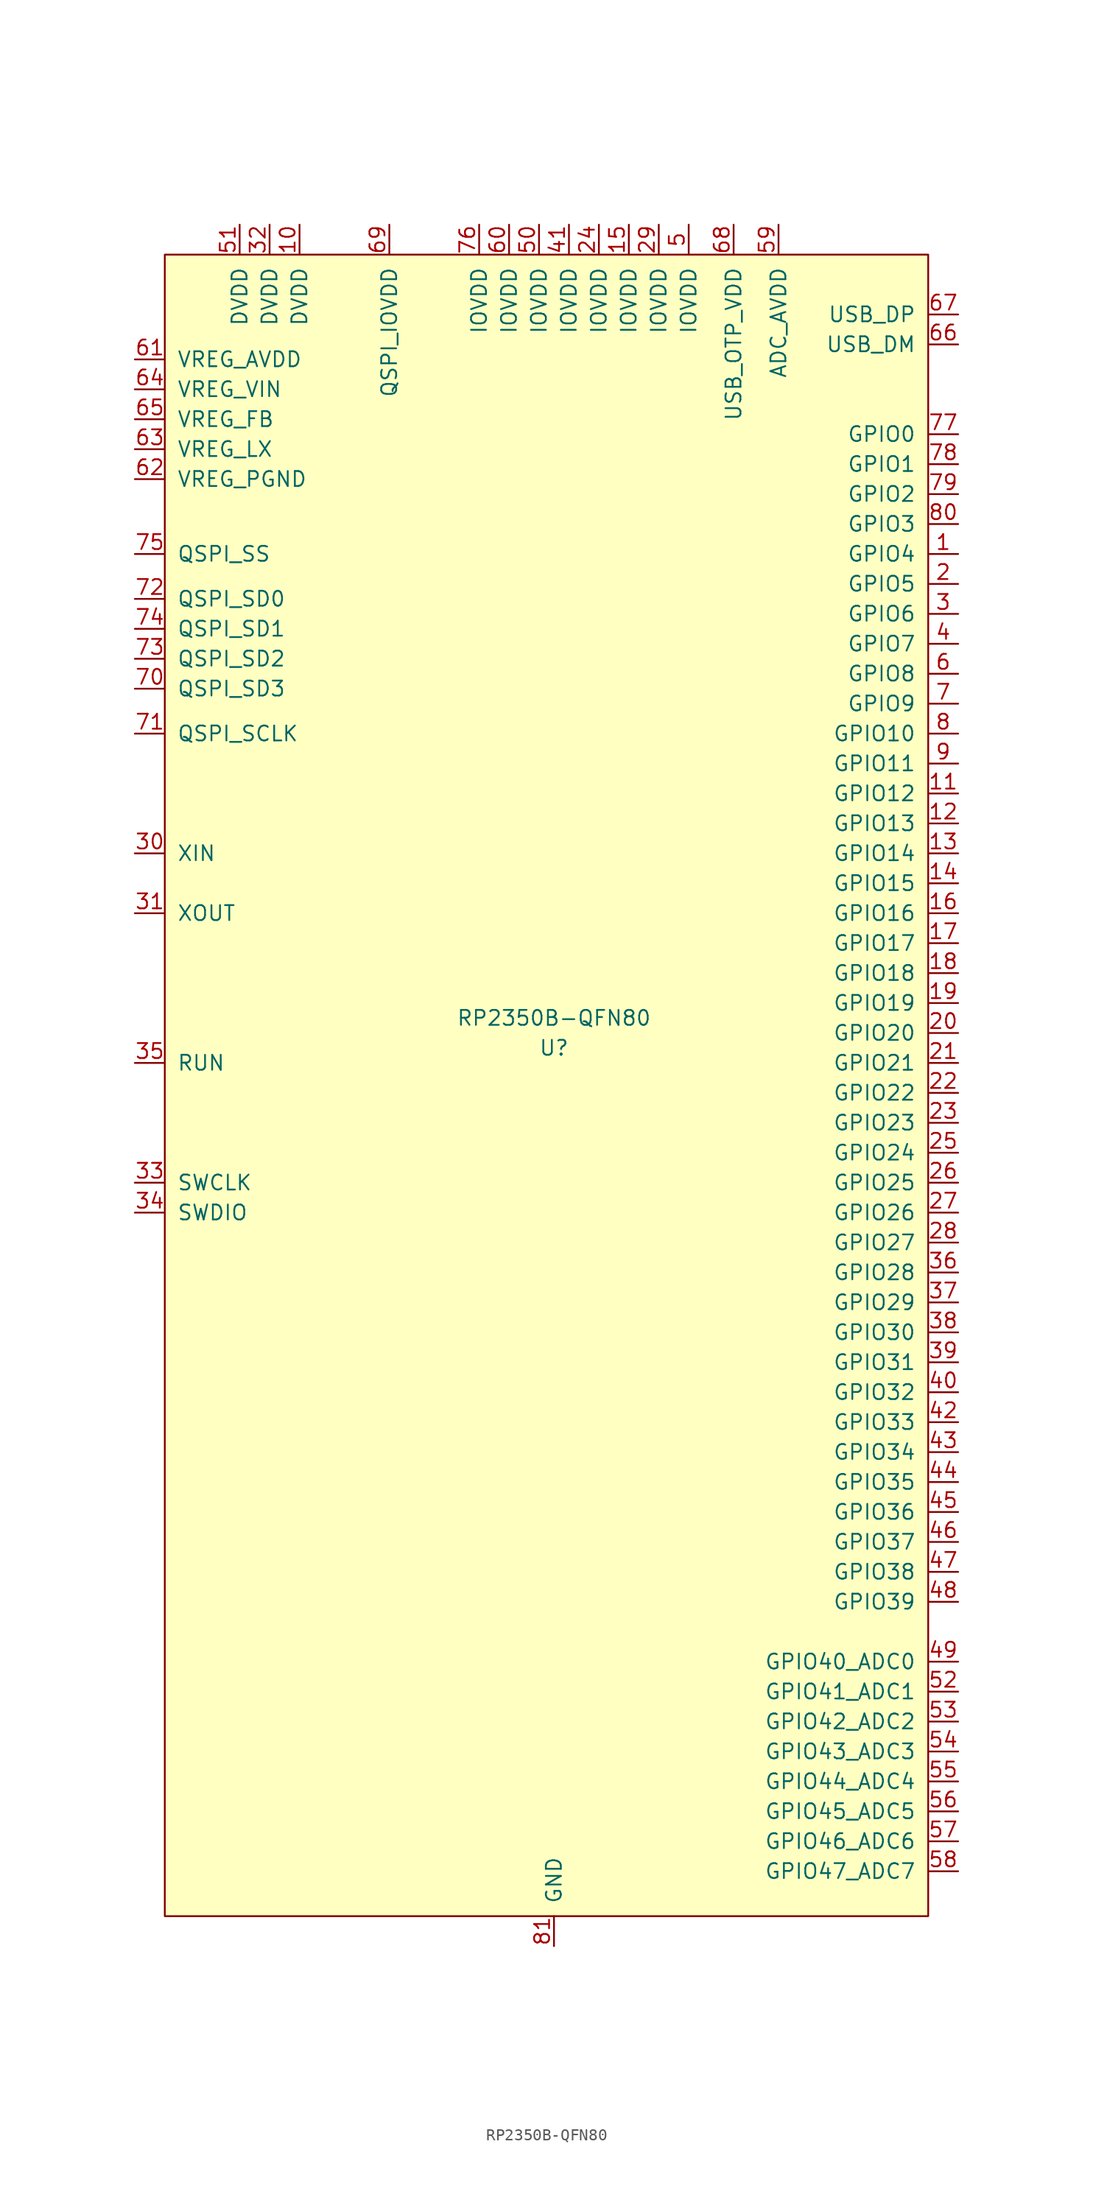
<source format=kicad_sym>
(kicad_symbol_lib
  (version 20241209)
  (generator "kicad_symbol_editor")
  (generator_version "9.0")
  (symbol "RP2350B-QFN80"
    (pin_names
      (offset 1.016))
    (property "Reference" "U"
      (at 0 -1.27 0)
      (effects (font (size 1.27 1.27))))
    (property "Value" "RP2350B-QFN80"
      (at 0 1.27 0)
      (effects (font (size 1.27 1.27))))
    (symbol "RP2350B-QFN80_1_0"
      (pin passive line (at 0 -77.47 90) (length 2.54) (name "GND" (effects (font (size 1.27 1.27)))) (number "81" (effects (font (size 1.27 1.27))))))
    (symbol "RP2350B-QFN80_1_1"
      (rectangle (start -33.02 66.04) (end 31.75 -74.93) (stroke (width 0) (type solid)) (fill (type background)))
      (pin power_in line (at -35.56 57.15 0) (length 2.54) (name "VREG_AVDD" (effects (font (size 1.27 1.27)))) (number "61" (effects (font (size 1.27 1.27)))))
      (pin power_in line (at -35.56 54.61 0) (length 2.54) (name "VREG_VIN" (effects (font (size 1.27 1.27)))) (number "64" (effects (font (size 1.27 1.27)))))
      (pin power_in line (at -35.56 52.07 0) (length 2.54) (name "VREG_FB" (effects (font (size 1.27 1.27)))) (number "65" (effects (font (size 1.27 1.27)))))
      (pin power_out line (at -35.56 49.53 0) (length 2.54) (name "VREG_LX" (effects (font (size 1.27 1.27)))) (number "63" (effects (font (size 1.27 1.27)))))
      (pin passive line (at -35.56 46.99 0) (length 2.54) (name "VREG_PGND" (effects (font (size 1.27 1.27)))) (number "62" (effects (font (size 1.27 1.27)))))
      (pin bidirectional line (at -35.56 40.64 0) (length 2.54) (name "QSPI_SS" (effects (font (size 1.27 1.27)))) (number "75" (effects (font (size 1.27 1.27)))))
      (pin bidirectional line (at -35.56 36.83 0) (length 2.54) (name "QSPI_SD0" (effects (font (size 1.27 1.27)))) (number "72" (effects (font (size 1.27 1.27)))))
      (pin bidirectional line (at -35.56 34.29 0) (length 2.54) (name "QSPI_SD1" (effects (font (size 1.27 1.27)))) (number "74" (effects (font (size 1.27 1.27)))))
      (pin bidirectional line (at -35.56 31.75 0) (length 2.54) (name "QSPI_SD2" (effects (font (size 1.27 1.27)))) (number "73" (effects (font (size 1.27 1.27)))))
      (pin bidirectional line (at -35.56 29.21 0) (length 2.54) (name "QSPI_SD3" (effects (font (size 1.27 1.27)))) (number "70" (effects (font (size 1.27 1.27)))))
      (pin bidirectional line (at -35.56 25.4 0) (length 2.54) (name "QSPI_SCLK" (effects (font (size 1.27 1.27)))) (number "71" (effects (font (size 1.27 1.27)))))
      (pin input line (at -35.56 15.24 0) (length 2.54) (name "XIN" (effects (font (size 1.27 1.27)))) (number "30" (effects (font (size 1.27 1.27)))))
      (pin output line (at -35.56 10.16 0) (length 2.54) (name "XOUT" (effects (font (size 1.27 1.27)))) (number "31" (effects (font (size 1.27 1.27)))))
      (pin input line (at -35.56 -2.54 0) (length 2.54) (name "RUN" (effects (font (size 1.27 1.27)))) (number "35" (effects (font (size 1.27 1.27)))))
      (pin bidirectional line (at -35.56 -12.7 0) (length 2.54) (name "SWCLK" (effects (font (size 1.27 1.27)))) (number "33" (effects (font (size 1.27 1.27)))))
      (pin bidirectional line (at -35.56 -15.24 0) (length 2.54) (name "SWDIO" (effects (font (size 1.27 1.27)))) (number "34" (effects (font (size 1.27 1.27)))))
      (pin power_in line (at -26.67 68.58 270) (length 2.54) (name "DVDD" (effects (font (size 1.27 1.27)))) (number "51" (effects (font (size 1.27 1.27)))))
      (pin power_in line (at -24.13 68.58 270) (length 2.54) (name "DVDD" (effects (font (size 1.27 1.27)))) (number "32" (effects (font (size 1.27 1.27)))))
      (pin power_in line (at -21.59 68.58 270) (length 2.54) (name "DVDD" (effects (font (size 1.27 1.27)))) (number "10" (effects (font (size 1.27 1.27)))))
      (pin bidirectional line (at -13.97 68.58 270) (length 2.54) (name "QSPI_IOVDD" (effects (font (size 1.27 1.27)))) (number "69" (effects (font (size 1.27 1.27)))))
      (pin power_in line (at -6.35 68.58 270) (length 2.54) (name "IOVDD" (effects (font (size 1.27 1.27)))) (number "76" (effects (font (size 1.27 1.27)))))
      (pin power_in line (at -3.81 68.58 270) (length 2.54) (name "IOVDD" (effects (font (size 1.27 1.27)))) (number "60" (effects (font (size 1.27 1.27)))))
      (pin power_in line (at -1.27 68.58 270) (length 2.54) (name "IOVDD" (effects (font (size 1.27 1.27)))) (number "50" (effects (font (size 1.27 1.27)))))
      (pin power_in line (at 1.27 68.58 270) (length 2.54) (name "IOVDD" (effects (font (size 1.27 1.27)))) (number "41" (effects (font (size 1.27 1.27)))))
      (pin power_in line (at 3.81 68.58 270) (length 2.54) (name "IOVDD" (effects (font (size 1.27 1.27)))) (number "24" (effects (font (size 1.27 1.27)))))
      (pin power_in line (at 6.35 68.58 270) (length 2.54) (name "IOVDD" (effects (font (size 1.27 1.27)))) (number "15" (effects (font (size 1.27 1.27)))))
      (pin power_in line (at 8.89 68.58 270) (length 2.54) (name "IOVDD" (effects (font (size 1.27 1.27)))) (number "29" (effects (font (size 1.27 1.27)))))
      (pin power_in line (at 11.43 68.58 270) (length 2.54) (name "IOVDD" (effects (font (size 1.27 1.27)))) (number "5" (effects (font (size 1.27 1.27)))))
      (pin power_in line (at 15.24 68.58 270) (length 2.54) (name "USB_OTP_VDD" (effects (font (size 1.27 1.27)))) (number "68" (effects (font (size 1.27 1.27)))))
      (pin power_in line (at 19.05 68.58 270) (length 2.54) (name "ADC_AVDD" (effects (font (size 1.27 1.27)))) (number "59" (effects (font (size 1.27 1.27)))))
      (pin bidirectional line (at 34.29 60.96 180) (length 2.54) (name "USB_DP" (effects (font (size 1.27 1.27)))) (number "67" (effects (font (size 1.27 1.27)))))
      (pin bidirectional line (at 34.29 58.42 180) (length 2.54) (name "USB_DM" (effects (font (size 1.27 1.27)))) (number "66" (effects (font (size 1.27 1.27)))))
      (pin bidirectional line (at 34.29 50.8 180) (length 2.54) (name "GPIO0" (effects (font (size 1.27 1.27)))) (number "77" (effects (font (size 1.27 1.27)))))
      (pin bidirectional line (at 34.29 48.26 180) (length 2.54) (name "GPIO1" (effects (font (size 1.27 1.27)))) (number "78" (effects (font (size 1.27 1.27)))))
      (pin bidirectional line (at 34.29 45.72 180) (length 2.54) (name "GPIO2" (effects (font (size 1.27 1.27)))) (number "79" (effects (font (size 1.27 1.27)))))
      (pin bidirectional line (at 34.29 43.18 180) (length 2.54) (name "GPIO3" (effects (font (size 1.27 1.27)))) (number "80" (effects (font (size 1.27 1.27)))))
      (pin bidirectional line (at 34.29 40.64 180) (length 2.54) (name "GPIO4" (effects (font (size 1.27 1.27)))) (number "1" (effects (font (size 1.27 1.27)))))
      (pin bidirectional line (at 34.29 38.1 180) (length 2.54) (name "GPIO5" (effects (font (size 1.27 1.27)))) (number "2" (effects (font (size 1.27 1.27)))))
      (pin bidirectional line (at 34.29 35.56 180) (length 2.54) (name "GPIO6" (effects (font (size 1.27 1.27)))) (number "3" (effects (font (size 1.27 1.27)))))
      (pin bidirectional line (at 34.29 33.02 180) (length 2.54) (name "GPIO7" (effects (font (size 1.27 1.27)))) (number "4" (effects (font (size 1.27 1.27)))))
      (pin bidirectional line (at 34.29 30.48 180) (length 2.54) (name "GPIO8" (effects (font (size 1.27 1.27)))) (number "6" (effects (font (size 1.27 1.27)))))
      (pin bidirectional line (at 34.29 27.94 180) (length 2.54) (name "GPIO9" (effects (font (size 1.27 1.27)))) (number "7" (effects (font (size 1.27 1.27)))))
      (pin bidirectional line (at 34.29 25.4 180) (length 2.54) (name "GPIO10" (effects (font (size 1.27 1.27)))) (number "8" (effects (font (size 1.27 1.27)))))
      (pin bidirectional line (at 34.29 22.86 180) (length 2.54) (name "GPIO11" (effects (font (size 1.27 1.27)))) (number "9" (effects (font (size 1.27 1.27)))))
      (pin bidirectional line (at 34.29 20.32 180) (length 2.54) (name "GPIO12" (effects (font (size 1.27 1.27)))) (number "11" (effects (font (size 1.27 1.27)))))
      (pin bidirectional line (at 34.29 17.78 180) (length 2.54) (name "GPIO13" (effects (font (size 1.27 1.27)))) (number "12" (effects (font (size 1.27 1.27)))))
      (pin bidirectional line (at 34.29 15.24 180) (length 2.54) (name "GPIO14" (effects (font (size 1.27 1.27)))) (number "13" (effects (font (size 1.27 1.27)))))
      (pin bidirectional line (at 34.29 12.7 180) (length 2.54) (name "GPIO15" (effects (font (size 1.27 1.27)))) (number "14" (effects (font (size 1.27 1.27)))))
      (pin bidirectional line (at 34.29 10.16 180) (length 2.54) (name "GPIO16" (effects (font (size 1.27 1.27)))) (number "16" (effects (font (size 1.27 1.27)))))
      (pin bidirectional line (at 34.29 7.62 180) (length 2.54) (name "GPIO17" (effects (font (size 1.27 1.27)))) (number "17" (effects (font (size 1.27 1.27)))))
      (pin bidirectional line (at 34.29 5.08 180) (length 2.54) (name "GPIO18" (effects (font (size 1.27 1.27)))) (number "18" (effects (font (size 1.27 1.27)))))
      (pin bidirectional line (at 34.29 2.54 180) (length 2.54) (name "GPIO19" (effects (font (size 1.27 1.27)))) (number "19" (effects (font (size 1.27 1.27)))))
      (pin bidirectional line (at 34.29 0 180) (length 2.54) (name "GPIO20" (effects (font (size 1.27 1.27)))) (number "20" (effects (font (size 1.27 1.27)))))
      (pin bidirectional line (at 34.29 -2.54 180) (length 2.54) (name "GPIO21" (effects (font (size 1.27 1.27)))) (number "21" (effects (font (size 1.27 1.27)))))
      (pin bidirectional line (at 34.29 -5.08 180) (length 2.54) (name "GPIO22" (effects (font (size 1.27 1.27)))) (number "22" (effects (font (size 1.27 1.27)))))
      (pin bidirectional line (at 34.29 -7.62 180) (length 2.54) (name "GPIO23" (effects (font (size 1.27 1.27)))) (number "23" (effects (font (size 1.27 1.27)))))
      (pin bidirectional line (at 34.29 -10.16 180) (length 2.54) (name "GPIO24" (effects (font (size 1.27 1.27)))) (number "25" (effects (font (size 1.27 1.27)))))
      (pin bidirectional line (at 34.29 -12.7 180) (length 2.54) (name "GPIO25" (effects (font (size 1.27 1.27)))) (number "26" (effects (font (size 1.27 1.27)))))
      (pin bidirectional line (at 34.29 -15.24 180) (length 2.54) (name "GPIO26" (effects (font (size 1.27 1.27)))) (number "27" (effects (font (size 1.27 1.27)))))
      (pin bidirectional line (at 34.29 -17.78 180) (length 2.54) (name "GPIO27" (effects (font (size 1.27 1.27)))) (number "28" (effects (font (size 1.27 1.27)))))
      (pin bidirectional line (at 34.29 -20.32 180) (length 2.54) (name "GPIO28" (effects (font (size 1.27 1.27)))) (number "36" (effects (font (size 1.27 1.27)))))
      (pin bidirectional line (at 34.29 -22.86 180) (length 2.54) (name "GPIO29" (effects (font (size 1.27 1.27)))) (number "37" (effects (font (size 1.27 1.27)))))
      (pin bidirectional line (at 34.29 -25.4 180) (length 2.54) (name "GPIO30" (effects (font (size 1.27 1.27)))) (number "38" (effects (font (size 1.27 1.27)))))
      (pin bidirectional line (at 34.29 -27.94 180) (length 2.54) (name "GPIO31" (effects (font (size 1.27 1.27)))) (number "39" (effects (font (size 1.27 1.27)))))
      (pin bidirectional line (at 34.29 -30.48 180) (length 2.54) (name "GPIO32" (effects (font (size 1.27 1.27)))) (number "40" (effects (font (size 1.27 1.27)))))
      (pin bidirectional line (at 34.29 -33.02 180) (length 2.54) (name "GPIO33" (effects (font (size 1.27 1.27)))) (number "42" (effects (font (size 1.27 1.27)))))
      (pin bidirectional line (at 34.29 -35.56 180) (length 2.54) (name "GPIO34" (effects (font (size 1.27 1.27)))) (number "43" (effects (font (size 1.27 1.27)))))
      (pin bidirectional line (at 34.29 -38.1 180) (length 2.54) (name "GPIO35" (effects (font (size 1.27 1.27)))) (number "44" (effects (font (size 1.27 1.27)))))
      (pin bidirectional line (at 34.29 -40.64 180) (length 2.54) (name "GPIO36" (effects (font (size 1.27 1.27)))) (number "45" (effects (font (size 1.27 1.27)))))
      (pin bidirectional line (at 34.29 -43.18 180) (length 2.54) (name "GPIO37" (effects (font (size 1.27 1.27)))) (number "46" (effects (font (size 1.27 1.27)))))
      (pin bidirectional line (at 34.29 -45.72 180) (length 2.54) (name "GPIO38" (effects (font (size 1.27 1.27)))) (number "47" (effects (font (size 1.27 1.27)))))
      (pin bidirectional line (at 34.29 -48.26 180) (length 2.54) (name "GPIO39" (effects (font (size 1.27 1.27)))) (number "48" (effects (font (size 1.27 1.27)))))
      (pin bidirectional line (at 34.29 -53.34 180) (length 2.54) (name "GPIO40_ADC0" (effects (font (size 1.27 1.27)))) (number "49" (effects (font (size 1.27 1.27)))))
      (pin bidirectional line (at 34.29 -55.88 180) (length 2.54) (name "GPIO41_ADC1" (effects (font (size 1.27 1.27)))) (number "52" (effects (font (size 1.27 1.27)))))
      (pin bidirectional line (at 34.29 -58.42 180) (length 2.54) (name "GPIO42_ADC2" (effects (font (size 1.27 1.27)))) (number "53" (effects (font (size 1.27 1.27)))))
      (pin bidirectional line (at 34.29 -60.96 180) (length 2.54) (name "GPIO43_ADC3" (effects (font (size 1.27 1.27)))) (number "54" (effects (font (size 1.27 1.27)))))
      (pin bidirectional line (at 34.29 -63.5 180) (length 2.54) (name "GPIO44_ADC4" (effects (font (size 1.27 1.27)))) (number "55" (effects (font (size 1.27 1.27)))))
      (pin bidirectional line (at 34.29 -66.04 180) (length 2.54) (name "GPIO45_ADC5" (effects (font (size 1.27 1.27)))) (number "56" (effects (font (size 1.27 1.27)))))
      (pin bidirectional line (at 34.29 -68.58 180) (length 2.54) (name "GPIO46_ADC6" (effects (font (size 1.27 1.27)))) (number "57" (effects (font (size 1.27 1.27)))))
      (pin bidirectional line (at 34.29 -71.12 180) (length 2.54) (name "GPIO47_ADC7" (effects (font (size 1.27 1.27)))) (number "58" (effects (font (size 1.27 1.27))))))))
</source>
